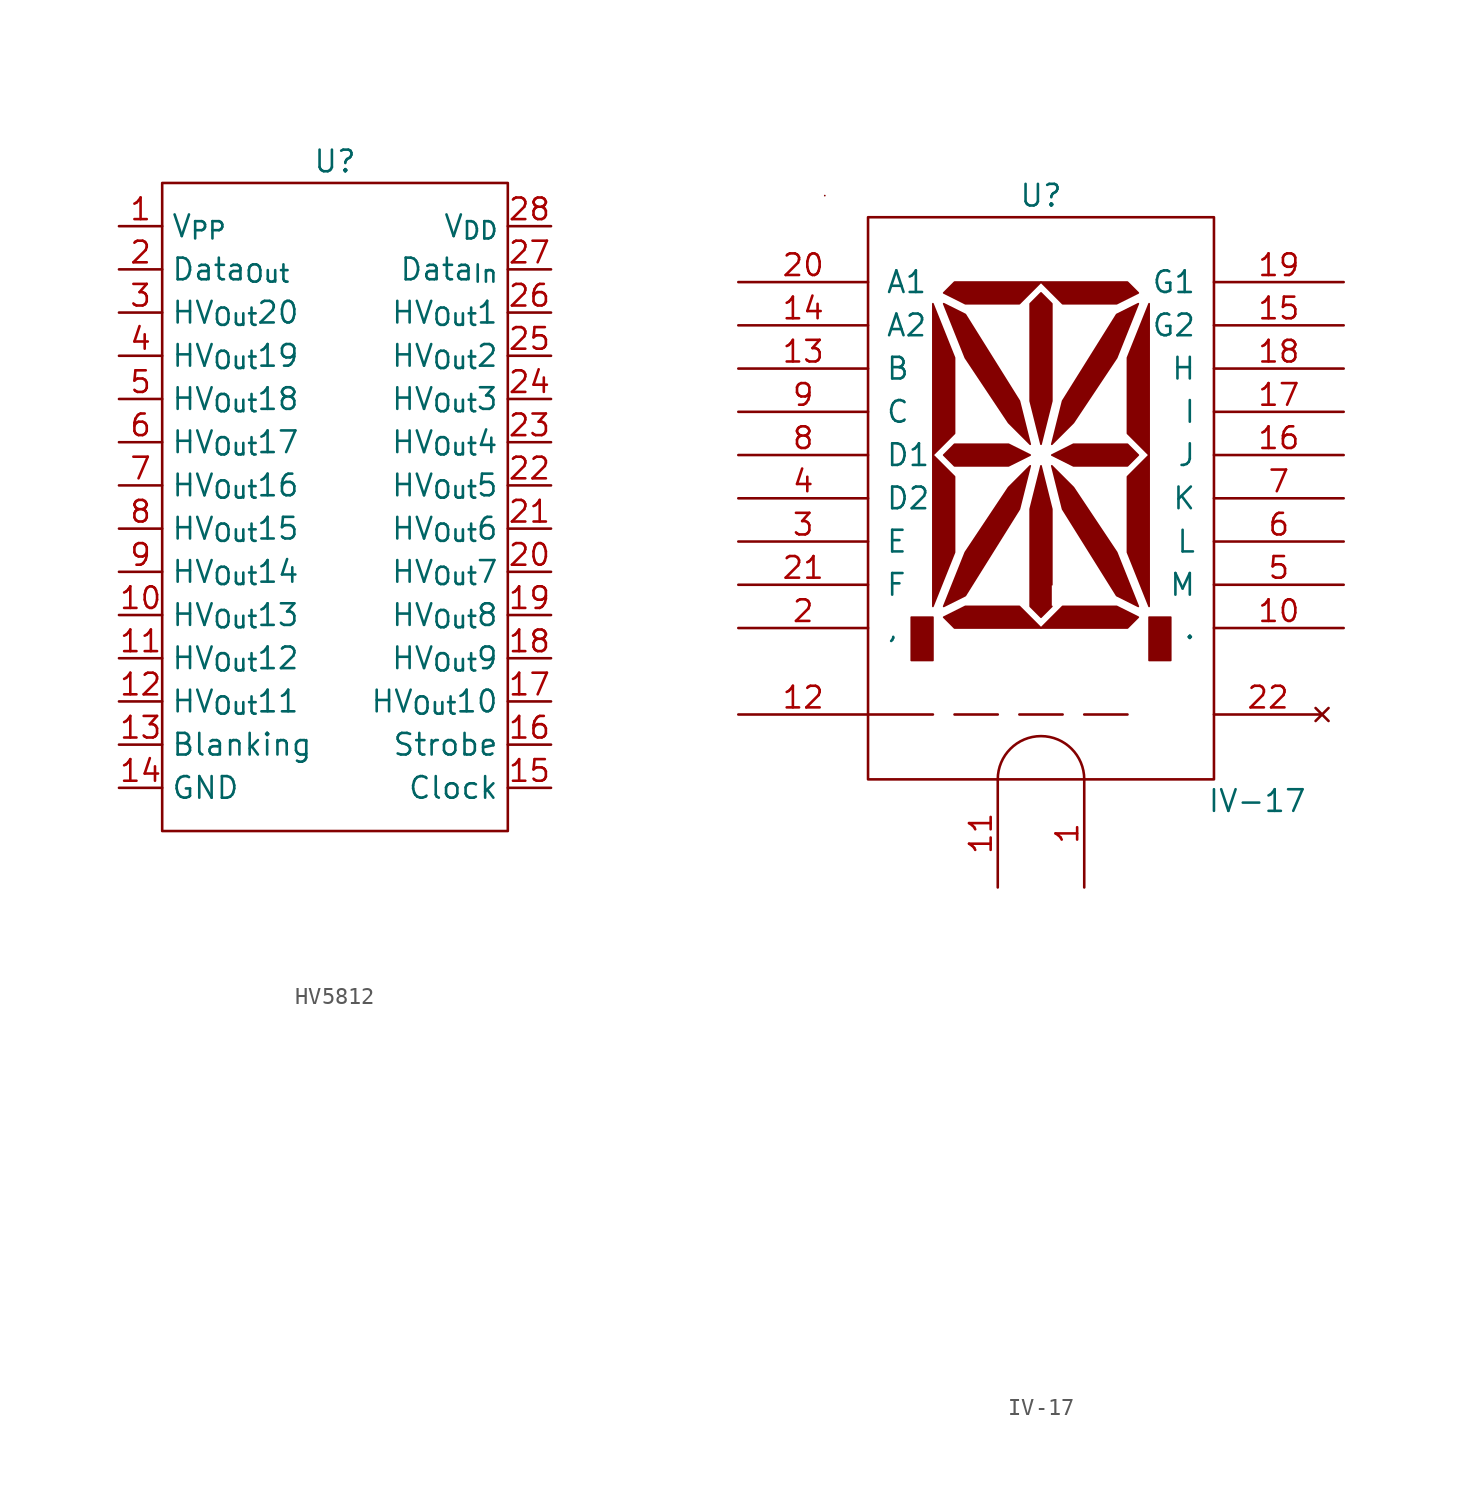
<source format=kicad_sym>
(kicad_symbol_lib
  (version 20231120)
  (generator "kicad_symbol_editor")
  (generator_version "8.0")
  (symbol "HV5812"
    (property "Reference" "U"
      (at 0 20.32 0)
      (effects (font (size 1.27 1.27))))
    (property "Value" ""
      (at 0 -23.114 0)
      (effects (font (size 1.27 1.27))))
    (symbol "HV5812_0_1"
      (rectangle (start -10.16 19.05) (end 10.16 -19.05) (stroke (width 0) (type default)) (fill (type none))))
    (symbol "HV5812_1_1"
      (pin power_in line (at -12.7 16.51 0) (length 2.54) (name "V_{PP}" (effects (font (size 1.27 1.27)))) (number "1" (effects (font (size 1.27 1.27)))))
      (pin passive line (at -12.7 -6.35 0) (length 2.54) (name "HV_{Out}13" (effects (font (size 1.27 1.27)))) (number "10" (effects (font (size 1.27 1.27)))))
      (pin passive line (at -12.7 -8.89 0) (length 2.54) (name "HV_{Out}12" (effects (font (size 1.27 1.27)))) (number "11" (effects (font (size 1.27 1.27)))))
      (pin passive line (at -12.7 -11.43 0) (length 2.54) (name "HV_{Out}11" (effects (font (size 1.27 1.27)))) (number "12" (effects (font (size 1.27 1.27)))))
      (pin passive line (at -12.7 -13.97 0) (length 2.54) (name "Blanking" (effects (font (size 1.27 1.27)))) (number "13" (effects (font (size 1.27 1.27)))))
      (pin passive line (at -12.7 -16.51 0) (length 2.54) (name "GND" (effects (font (size 1.27 1.27)))) (number "14" (effects (font (size 1.27 1.27)))))
      (pin passive line (at 12.7 -16.51 180) (length 2.54) (name "Clock" (effects (font (size 1.27 1.27)))) (number "15" (effects (font (size 1.27 1.27)))))
      (pin passive line (at 12.7 -13.97 180) (length 2.54) (name "Strobe" (effects (font (size 1.27 1.27)))) (number "16" (effects (font (size 1.27 1.27)))))
      (pin passive line (at 12.7 -11.43 180) (length 2.54) (name "HV_{Out}10" (effects (font (size 1.27 1.27)))) (number "17" (effects (font (size 1.27 1.27)))))
      (pin passive line (at 12.7 -8.89 180) (length 2.54) (name "HV_{Out}9" (effects (font (size 1.27 1.27)))) (number "18" (effects (font (size 1.27 1.27)))))
      (pin passive line (at 12.7 -6.35 180) (length 2.54) (name "HV_{Out}8" (effects (font (size 1.27 1.27)))) (number "19" (effects (font (size 1.27 1.27)))))
      (pin passive line (at -12.7 13.97 0) (length 2.54) (name "Data_{Out}" (effects (font (size 1.27 1.27)))) (number "2" (effects (font (size 1.27 1.27)))))
      (pin passive line (at 12.7 -3.81 180) (length 2.54) (name "HV_{Out}7" (effects (font (size 1.27 1.27)))) (number "20" (effects (font (size 1.27 1.27)))))
      (pin passive line (at 12.7 -1.27 180) (length 2.54) (name "HV_{Out}6" (effects (font (size 1.27 1.27)))) (number "21" (effects (font (size 1.27 1.27)))))
      (pin passive line (at 12.7 1.27 180) (length 2.54) (name "HV_{Out}5" (effects (font (size 1.27 1.27)))) (number "22" (effects (font (size 1.27 1.27)))))
      (pin passive line (at 12.7 3.81 180) (length 2.54) (name "HV_{Out}4" (effects (font (size 1.27 1.27)))) (number "23" (effects (font (size 1.27 1.27)))))
      (pin passive line (at 12.7 6.35 180) (length 2.54) (name "HV_{Out}3" (effects (font (size 1.27 1.27)))) (number "24" (effects (font (size 1.27 1.27)))))
      (pin passive line (at 12.7 8.89 180) (length 2.54) (name "HV_{Out}2" (effects (font (size 1.27 1.27)))) (number "25" (effects (font (size 1.27 1.27)))))
      (pin passive line (at 12.7 11.43 180) (length 2.54) (name "HV_{Out}1" (effects (font (size 1.27 1.27)))) (number "26" (effects (font (size 1.27 1.27)))))
      (pin passive line (at 12.7 13.97 180) (length 2.54) (name "Data_{In}" (effects (font (size 1.27 1.27)))) (number "27" (effects (font (size 1.27 1.27)))))
      (pin power_in line (at 12.7 16.51 180) (length 2.54) (name "V_{DD}" (effects (font (size 1.27 1.27)))) (number "28" (effects (font (size 1.27 1.27)))))
      (pin passive line (at -12.7 11.43 0) (length 2.54) (name "HV_{Out}20" (effects (font (size 1.27 1.27)))) (number "3" (effects (font (size 1.27 1.27)))))
      (pin passive line (at -12.7 8.89 0) (length 2.54) (name "HV_{Out}19" (effects (font (size 1.27 1.27)))) (number "4" (effects (font (size 1.27 1.27)))))
      (pin passive line (at -12.7 6.35 0) (length 2.54) (name "HV_{Out}18" (effects (font (size 1.27 1.27)))) (number "5" (effects (font (size 1.27 1.27)))))
      (pin passive line (at -12.7 3.81 0) (length 2.54) (name "HV_{Out}17" (effects (font (size 1.27 1.27)))) (number "6" (effects (font (size 1.27 1.27)))))
      (pin passive line (at -12.7 1.27 0) (length 2.54) (name "HV_{Out}16" (effects (font (size 1.27 1.27)))) (number "7" (effects (font (size 1.27 1.27)))))
      (pin passive line (at -12.7 -1.27 0) (length 2.54) (name "HV_{Out}15" (effects (font (size 1.27 1.27)))) (number "8" (effects (font (size 1.27 1.27)))))
      (pin passive line (at -12.7 -3.81 0) (length 2.54) (name "HV_{Out}14" (effects (font (size 1.27 1.27)))) (number "9" (effects (font (size 1.27 1.27)))))))
  (symbol "IV-17"
    (pin_names
      (offset 1.016))
    (property "Reference" "U"
      (at 0 15.24 0)
      (effects (font (size 1.27 1.27))))
    (property "Value" "IV-17"
      (at 12.7 -20.32 0)
      (effects (font (size 1.27 1.27))))
    (property "Footprint" ""
      (at 0.635 -48.26 0)
      (effects (font (size 1.27 1.27))))
    (property "Datasheet" ""
      (at 0.635 -48.26 0)
      (effects (font (size 1.27 1.27))))
    (symbol "IV-17_0_0"
      (rectangle (start -12.7 15.24) (end -12.7 15.24) (stroke (width 0.102) (type solid)) (fill (type none)))
      (polyline (pts (xy -10.16 -15.24) (xy -6.35 -15.24)) (stroke (width 0) (type solid)) (fill (type none)))
      (polyline (pts (xy -2.54 -15.24) (xy -5.08 -15.24)) (stroke (width 0) (type solid)) (fill (type none)))
      (polyline (pts (xy -1.27 -15.24) (xy 1.27 -15.24)) (stroke (width 0) (type solid)) (fill (type none)))
      (polyline (pts (xy 2.54 -15.24) (xy 5.08 -15.24)) (stroke (width 0) (type solid)) (fill (type none)))
      (arc (start 2.54 -19.05) (mid 0 -16.51) (end -2.54 -19.05) (stroke (width 0) (type solid)) (fill (type none)))
      (rectangle (start 10.16 -19.05) (end -10.16 13.97) (stroke (width 0) (type solid)) (fill (type none))))
    (symbol "IV-17_0_1"
      (polyline (pts (xy -7.62 -9.525) (xy -7.62 -12.065) (xy -6.35 -12.065) (xy -6.35 -9.525) (xy -7.62 -9.525)) (stroke (width 0.102) (type solid)) (fill (type outline)))
      (polyline (pts (xy -6.35 -8.89) (xy -6.35 0) (xy -5.08 -1.27) (xy -5.08 -5.715) (xy -6.35 -8.89)) (stroke (width 0.102) (type solid)) (fill (type outline)))
      (polyline (pts (xy -6.35 8.89) (xy -6.35 0) (xy -5.08 1.27) (xy -5.08 5.715) (xy -6.35 8.89)) (stroke (width 0.102) (type solid)) (fill (type outline)))
      (polyline (pts (xy 6.35 -9.525) (xy 6.35 -12.065) (xy 7.62 -12.065) (xy 7.62 -9.525) (xy 6.35 -9.525)) (stroke (width 0.102) (type solid)) (fill (type outline)))
      (polyline (pts (xy 6.35 -8.89) (xy 6.35 0) (xy 5.08 -1.27) (xy 5.08 -5.715) (xy 6.35 -8.89)) (stroke (width 0.102) (type solid)) (fill (type outline)))
      (polyline (pts (xy 6.35 8.89) (xy 6.35 0) (xy 5.08 1.27) (xy 5.08 5.715) (xy 6.35 8.89)) (stroke (width 0.102) (type solid)) (fill (type outline)))
      (polyline (pts (xy -5.715 -9.525) (xy -5.08 -10.16) (xy 0 -10.16) (xy -1.27 -8.89) (xy -4.445 -8.89) (xy -5.715 -9.525)) (stroke (width 0.102) (type solid)) (fill (type outline)))
      (polyline (pts (xy -5.715 9.525) (xy -5.08 10.16) (xy 0 10.16) (xy -1.27 8.89) (xy -4.445 8.89) (xy -5.715 9.525)) (stroke (width 0.102) (type solid)) (fill (type outline)))
      (polyline (pts (xy 5.715 -9.525) (xy 5.08 -10.16) (xy 0 -10.16) (xy 1.27 -8.89) (xy 4.445 -8.89) (xy 5.715 -9.525)) (stroke (width 0.102) (type solid)) (fill (type outline)))
      (polyline (pts (xy 5.715 9.525) (xy 5.08 10.16) (xy 0 10.16) (xy 1.27 8.89) (xy 4.445 8.89) (xy 5.715 9.525)) (stroke (width 0.102) (type solid)) (fill (type outline)))
      (polyline (pts (xy -5.08 0.635) (xy -5.715 0) (xy -5.08 -0.635) (xy -1.905 -0.635) (xy -0.635 0) (xy -1.905 0.635) (xy -5.08 0.635)) (stroke (width 0.102) (type solid)) (fill (type outline)))
      (polyline (pts (xy -4.445 -5.715) (xy -1.905 -1.905) (xy -0.635 -0.635) (xy -1.27 -3.175) (xy -4.445 -8.255) (xy -5.715 -8.89) (xy -4.445 -5.715)) (stroke (width 0.102) (type solid)) (fill (type outline)))
      (polyline (pts (xy -4.445 5.715) (xy -1.905 1.905) (xy -0.635 0.635) (xy -1.27 3.175) (xy -4.445 8.255) (xy -5.715 8.89) (xy -4.445 5.715)) (stroke (width 0.102) (type solid)) (fill (type outline)))
      (polyline (pts (xy 0.635 -7.62) (xy 0.635 -3.175) (xy 0 -0.635) (xy -0.635 -3.175) (xy -0.635 -8.89) (xy 0 -9.525) (xy 0.635 -8.89)) (stroke (width 0.102) (type solid)) (fill (type outline)))
      (polyline (pts (xy 0.635 3.175) (xy 0.635 8.89) (xy 0 9.525) (xy -0.635 8.89) (xy -0.635 3.175) (xy 0 0.635) (xy 0.635 3.175)) (stroke (width 0.102) (type solid)) (fill (type outline)))
      (polyline (pts (xy 1.905 0.635) (xy 0.635 0) (xy 1.905 -0.635) (xy 5.08 -0.635) (xy 5.715 0) (xy 5.08 0.635) (xy 1.905 0.635)) (stroke (width 0.102) (type solid)) (fill (type outline)))
      (polyline (pts (xy 4.445 -5.715) (xy 1.905 -1.905) (xy 0.635 -0.635) (xy 1.27 -3.175) (xy 4.445 -8.255) (xy 5.715 -8.89) (xy 4.445 -5.715)) (stroke (width 0.102) (type solid)) (fill (type outline)))
      (polyline (pts (xy 4.445 5.715) (xy 1.905 1.905) (xy 0.635 0.635) (xy 1.27 3.175) (xy 4.445 8.255) (xy 5.715 8.89) (xy 4.445 5.715)) (stroke (width 0.102) (type solid)) (fill (type outline))))
    (symbol "IV-17_1_1"
      (pin passive line (at 2.54 -25.4 90) (length 6.35) (name "~" (effects (font (size 1.27 1.27)))) (number "1" (effects (font (size 1.27 1.27)))))
      (pin passive line (at 17.78 -10.16 180) (length 7.62) (name "." (effects (font (size 1.27 1.27)))) (number "10" (effects (font (size 1.27 1.27)))))
      (pin passive line (at -2.54 -25.4 90) (length 6.35) (name "~" (effects (font (size 1.27 1.27)))) (number "11" (effects (font (size 1.27 1.27)))))
      (pin passive line (at -17.78 -15.24 0) (length 7.62) (name "~" (effects (font (size 1.27 1.27)))) (number "12" (effects (font (size 1.27 1.27)))))
      (pin passive line (at -17.78 5.08 0) (length 7.62) (name "B" (effects (font (size 1.27 1.27)))) (number "13" (effects (font (size 1.27 1.27)))))
      (pin passive line (at -17.78 7.62 0) (length 7.62) (name "A2" (effects (font (size 1.27 1.27)))) (number "14" (effects (font (size 1.27 1.27)))))
      (pin passive line (at 17.78 7.62 180) (length 7.62) (name "G2" (effects (font (size 1.27 1.27)))) (number "15" (effects (font (size 1.27 1.27)))))
      (pin passive line (at 17.78 0 180) (length 7.62) (name "J" (effects (font (size 1.27 1.27)))) (number "16" (effects (font (size 1.27 1.27)))))
      (pin passive line (at 17.78 2.54 180) (length 7.62) (name "I" (effects (font (size 1.27 1.27)))) (number "17" (effects (font (size 1.27 1.27)))))
      (pin passive line (at 17.78 5.08 180) (length 7.62) (name "H" (effects (font (size 1.27 1.27)))) (number "18" (effects (font (size 1.27 1.27)))))
      (pin passive line (at 17.78 10.16 180) (length 7.62) (name "G1" (effects (font (size 1.27 1.27)))) (number "19" (effects (font (size 1.27 1.27)))))
      (pin passive line (at -17.78 -10.16 0) (length 7.62) (name "," (effects (font (size 1.27 1.27)))) (number "2" (effects (font (size 1.27 1.27)))))
      (pin passive line (at -17.78 10.16 0) (length 7.62) (name "A1" (effects (font (size 1.27 1.27)))) (number "20" (effects (font (size 1.27 1.27)))))
      (pin passive line (at -17.78 -7.62 0) (length 7.62) (name "F" (effects (font (size 1.27 1.27)))) (number "21" (effects (font (size 1.27 1.27)))))
      (pin no_connect line (at 16.51 -15.24 180) (length 6.35) (name "~" (effects (font (size 1.27 1.27)))) (number "22" (effects (font (size 1.27 1.27)))))
      (pin passive line (at -17.78 -5.08 0) (length 7.62) (name "E" (effects (font (size 1.27 1.27)))) (number "3" (effects (font (size 1.27 1.27)))))
      (pin passive line (at -17.78 -2.54 0) (length 7.62) (name "D2" (effects (font (size 1.27 1.27)))) (number "4" (effects (font (size 1.27 1.27)))))
      (pin passive line (at 17.78 -7.62 180) (length 7.62) (name "M" (effects (font (size 1.27 1.27)))) (number "5" (effects (font (size 1.27 1.27)))))
      (pin passive line (at 17.78 -5.08 180) (length 7.62) (name "L" (effects (font (size 1.27 1.27)))) (number "6" (effects (font (size 1.27 1.27)))))
      (pin passive line (at 17.78 -2.54 180) (length 7.62) (name "K" (effects (font (size 1.27 1.27)))) (number "7" (effects (font (size 1.27 1.27)))))
      (pin passive line (at -17.78 0 0) (length 7.62) (name "D1" (effects (font (size 1.27 1.27)))) (number "8" (effects (font (size 1.27 1.27)))))
      (pin passive line (at -17.78 2.54 0) (length 7.62) (name "C" (effects (font (size 1.27 1.27)))) (number "9" (effects (font (size 1.27 1.27))))))))
</source>
